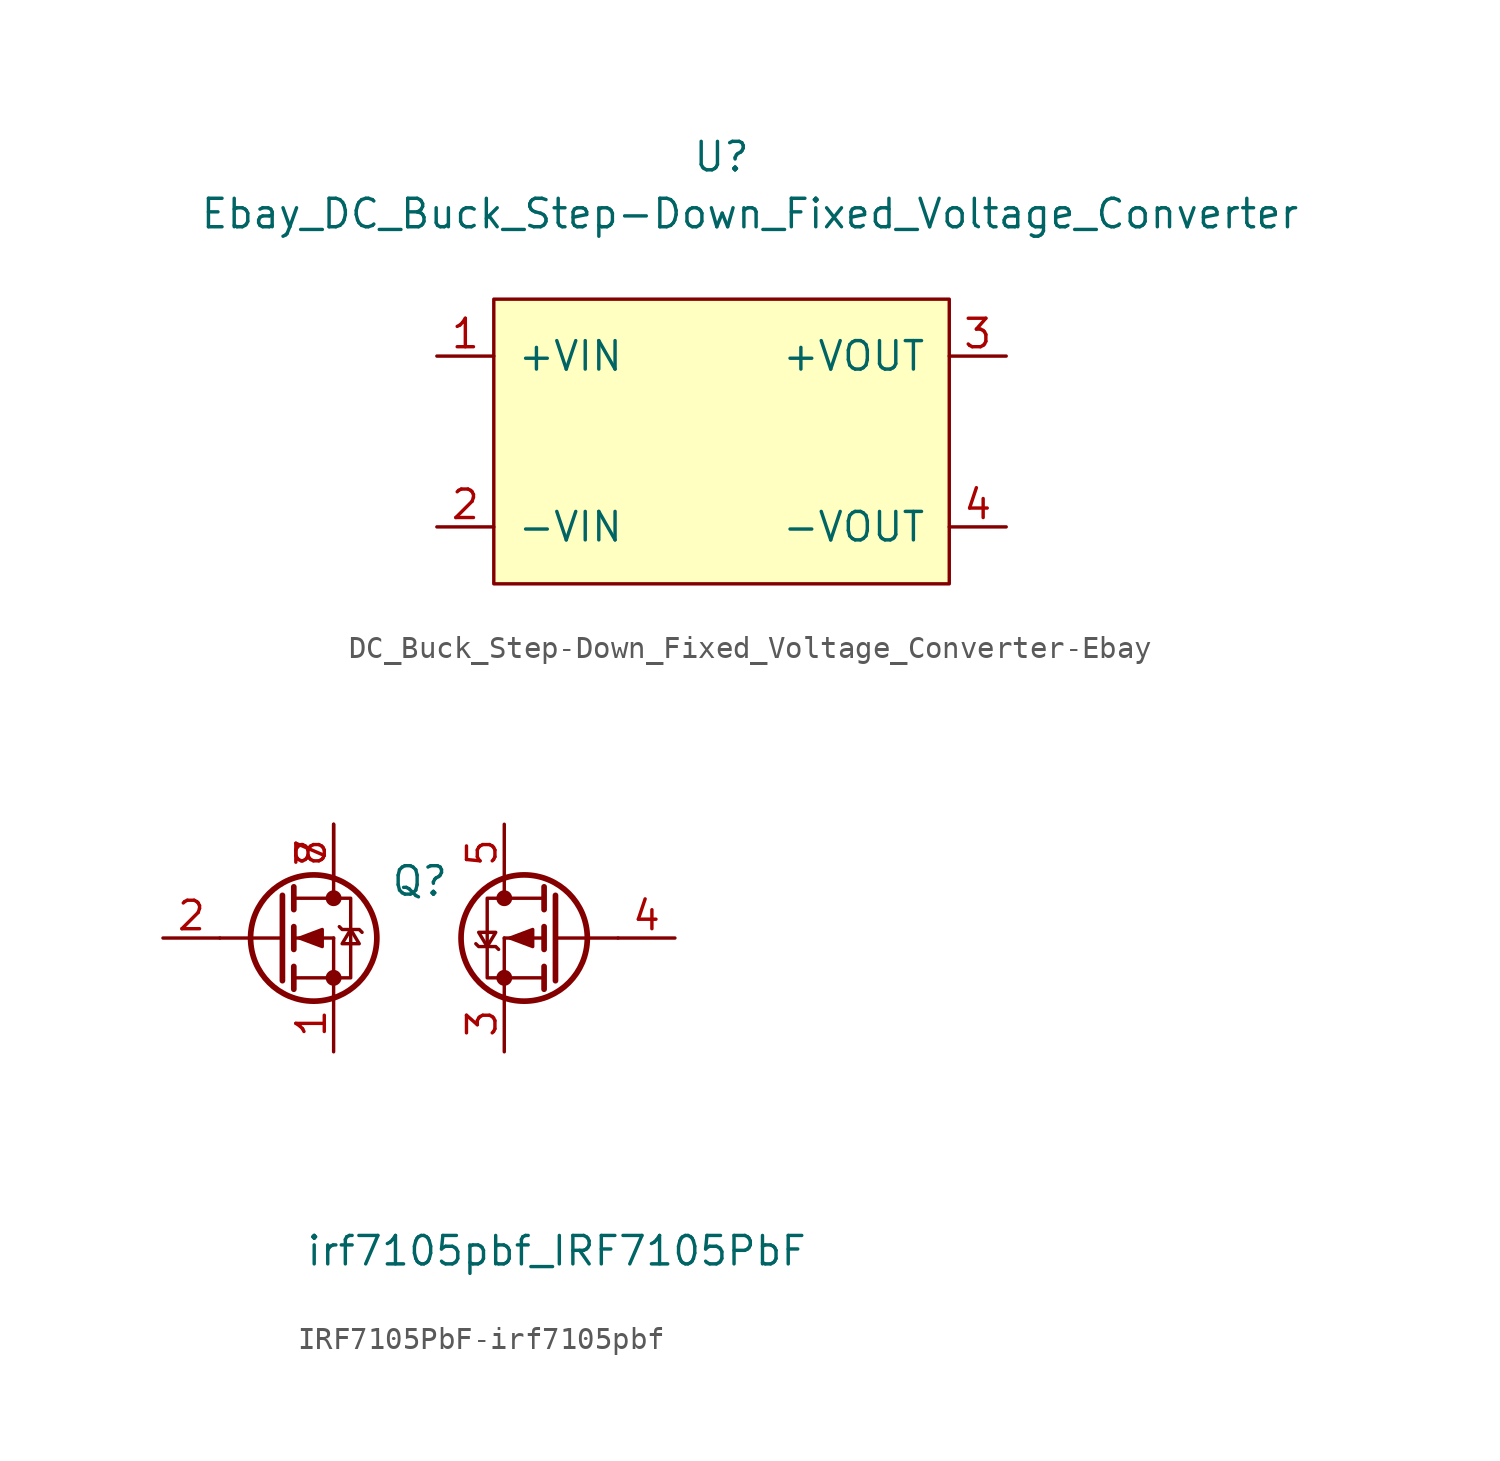
<source format=kicad_sym>
(kicad_symbol_lib
  (version 20220914)
  (generator kicad_symbol_editor)
  (symbol "DC_Buck_Step-Down_Fixed_Voltage_Converter-Ebay"
    (pin_names
      (offset 1.016))
    (property "Reference" "U"
      (at 0 6.35 0)
      (effects (font (size 1.27 1.27))))
    (property "Value" "Ebay_DC_Buck_Step-Down_Fixed_Voltage_Converter"
      (at 1.27 3.81 0)
      (effects (font (size 1.27 1.27))))
    (symbol "DC_Buck_Step-Down_Fixed_Voltage_Converter-Ebay_0_1"
      (rectangle (start -10.16 0) (end 10.16 -12.7) (stroke (width 0) (type solid)) (fill (type background))))
    (symbol "DC_Buck_Step-Down_Fixed_Voltage_Converter-Ebay_1_1"
      (pin input line (at -12.7 -2.54 0) (length 2.54) (name "+VIN" (effects (font (size 1.27 1.27)))) (number "1" (effects (font (size 1.27 1.27)))))
      (pin input line (at -12.7 -10.16 0) (length 2.54) (name "-VIN" (effects (font (size 1.27 1.27)))) (number "2" (effects (font (size 1.27 1.27)))))
      (pin output line (at 12.7 -2.54 180) (length 2.54) (name "+VOUT" (effects (font (size 1.27 1.27)))) (number "3" (effects (font (size 1.27 1.27)))))
      (pin output line (at 12.7 -10.16 180) (length 2.54) (name "-VOUT" (effects (font (size 1.27 1.27)))) (number "4" (effects (font (size 1.27 1.27)))))))
  (symbol "IRF7105PbF-irf7105pbf"
    (pin_names
      (offset 0) hide)
    (property "Reference" "Q"
      (at 5.08 2.54 0)
      (effects (font (size 1.27 1.27)) (justify left)))
    (property "Value" "irf7105pbf_IRF7105PbF"
      (at 1.27 -13.97 0)
      (effects (font (size 1.27 1.27)) (justify left)))
    (symbol "IRF7105PbF-irf7105pbf_0_1"
      (polyline (pts (xy -2.54 0) (xy 0.254 0)) (stroke (width 0) (type solid)) (fill (type none)))
      (polyline (pts (xy 0.762 -1.778) (xy 2.54 -1.778)) (stroke (width 0) (type solid)) (fill (type none)))
      (polyline (pts (xy 0.762 -1.27) (xy 0.762 -2.286)) (stroke (width 0.254) (type solid)) (fill (type none)))
      (polyline (pts (xy 0.762 0) (xy 2.54 0)) (stroke (width 0) (type solid)) (fill (type none)))
      (polyline (pts (xy 0.762 0.508) (xy 0.762 -0.508)) (stroke (width 0.254) (type solid)) (fill (type none)))
      (polyline (pts (xy 0.762 1.778) (xy 2.54 1.778)) (stroke (width 0) (type solid)) (fill (type none)))
      (polyline (pts (xy 0.762 2.286) (xy 0.762 1.27)) (stroke (width 0.254) (type solid)) (fill (type none)))
      (polyline (pts (xy 2.54 -1.778) (xy 2.54 -2.54)) (stroke (width 0) (type solid)) (fill (type none)))
      (polyline (pts (xy 2.54 -1.778) (xy 2.54 0)) (stroke (width 0) (type solid)) (fill (type none)))
      (polyline (pts (xy 2.54 2.54) (xy 2.54 1.778)) (stroke (width 0) (type solid)) (fill (type none)))
      (polyline (pts (xy 0.254 1.905) (xy 0.254 -1.905) (xy 0.254 -1.905)) (stroke (width 0.254) (type solid)) (fill (type none)))
      (polyline (pts (xy 1.016 0) (xy 2.032 0.381) (xy 2.032 -0.381) (xy 1.016 0)) (stroke (width 0) (type solid)) (fill (type outline)))
      (polyline (pts (xy 2.54 -1.778) (xy 3.302 -1.778) (xy 3.302 1.778) (xy 2.54 1.778)) (stroke (width 0) (type solid)) (fill (type none)))
      (polyline (pts (xy 2.794 0.508) (xy 2.921 0.381) (xy 3.683 0.381) (xy 3.81 0.254)) (stroke (width 0) (type solid)) (fill (type none)))
      (polyline (pts (xy 3.302 0.381) (xy 2.921 -0.254) (xy 3.683 -0.254) (xy 3.302 0.381)) (stroke (width 0) (type solid)) (fill (type none)))
      (circle (center 1.651 0) (radius 2.819) (stroke (width 0.254) (type solid)) (fill (type none)))
      (circle (center 2.54 -1.778) (radius 0.279) (stroke (width 0) (type solid)) (fill (type outline)))
      (circle (center 2.54 1.778) (radius 0.279) (stroke (width 0) (type solid)) (fill (type outline))))
    (symbol "IRF7105PbF-irf7105pbf_1_1"
      (polyline (pts (xy 10.16 -1.778) (xy 10.16 -2.54)) (stroke (width 0) (type solid)) (fill (type none)))
      (polyline (pts (xy 10.16 -1.778) (xy 10.16 0)) (stroke (width 0) (type solid)) (fill (type none)))
      (polyline (pts (xy 10.16 2.54) (xy 10.16 1.778)) (stroke (width 0) (type solid)) (fill (type none)))
      (polyline (pts (xy 11.938 -1.778) (xy 10.16 -1.778)) (stroke (width 0) (type solid)) (fill (type none)))
      (polyline (pts (xy 11.938 -1.27) (xy 11.938 -2.286)) (stroke (width 0.254) (type solid)) (fill (type none)))
      (polyline (pts (xy 11.938 0) (xy 10.16 0)) (stroke (width 0) (type solid)) (fill (type none)))
      (polyline (pts (xy 11.938 0.508) (xy 11.938 -0.508)) (stroke (width 0.254) (type solid)) (fill (type none)))
      (polyline (pts (xy 11.938 1.778) (xy 10.16 1.778)) (stroke (width 0) (type solid)) (fill (type none)))
      (polyline (pts (xy 11.938 2.286) (xy 11.938 1.27)) (stroke (width 0.254) (type solid)) (fill (type none)))
      (polyline (pts (xy 15.24 0) (xy 12.446 0)) (stroke (width 0) (type solid)) (fill (type none)))
      (polyline (pts (xy 12.446 1.905) (xy 12.446 -1.905) (xy 12.446 -1.905)) (stroke (width 0.254) (type solid)) (fill (type none)))
      (polyline (pts (xy 9.398 -0.381) (xy 9.779 0.254) (xy 9.017 0.254) (xy 9.398 -0.381)) (stroke (width 0) (type solid)) (fill (type none)))
      (polyline (pts (xy 9.906 -0.508) (xy 9.779 -0.381) (xy 9.017 -0.381) (xy 8.89 -0.254)) (stroke (width 0) (type solid)) (fill (type none)))
      (polyline (pts (xy 10.16 -1.778) (xy 9.398 -1.778) (xy 9.398 1.778) (xy 10.16 1.778)) (stroke (width 0) (type solid)) (fill (type none)))
      (polyline (pts (xy 10.414 0) (xy 11.43 -0.381) (xy 11.43 0.381) (xy 10.414 0)) (stroke (width 0) (type solid)) (fill (type outline)))
      (circle (center 10.16 -1.778) (radius 0.279) (stroke (width 0) (type solid)) (fill (type outline)))
      (circle (center 10.16 1.778) (radius 0.279) (stroke (width 0) (type solid)) (fill (type outline)))
      (circle (center 11.049 0) (radius 2.819) (stroke (width 0.254) (type solid)) (fill (type none)))
      (pin passive line (at 2.54 -5.08 90) (length 2.54) (name "S1" (effects (font (size 1.27 1.27)))) (number "1" (effects (font (size 1.27 1.27)))))
      (pin input line (at -5.08 0 0) (length 2.54) (name "G1" (effects (font (size 1.27 1.27)))) (number "2" (effects (font (size 1.27 1.27)))))
      (pin passive line (at 10.16 -5.08 90) (length 2.54) (name "S2" (effects (font (size 1.27 1.27)))) (number "3" (effects (font (size 1.27 1.27)))))
      (pin input line (at 17.78 0 180) (length 2.54) (name "G2" (effects (font (size 1.27 1.27)))) (number "4" (effects (font (size 1.27 1.27)))))
      (pin passive line (at 10.16 5.08 270) (length 2.54) (name "D2" (effects (font (size 1.27 1.27)))) (number "5" (effects (font (size 1.27 1.27)))))
      (pin passive line (at 10.16 5.08 270) (length 2.54) hide (name "D2" (effects (font (size 1.27 1.27)))) (number "6" (effects (font (size 1.27 1.27)))))
      (pin passive line (at 2.54 5.08 270) (length 2.54) (name "D1" (effects (font (size 1.27 1.27)))) (number "7" (effects (font (size 1.27 1.27)))))
      (pin passive line (at 2.54 5.08 270) (length 2.54) (name "D1" (effects (font (size 1.27 1.27)))) (number "8" (effects (font (size 1.27 1.27))))))))
</source>
